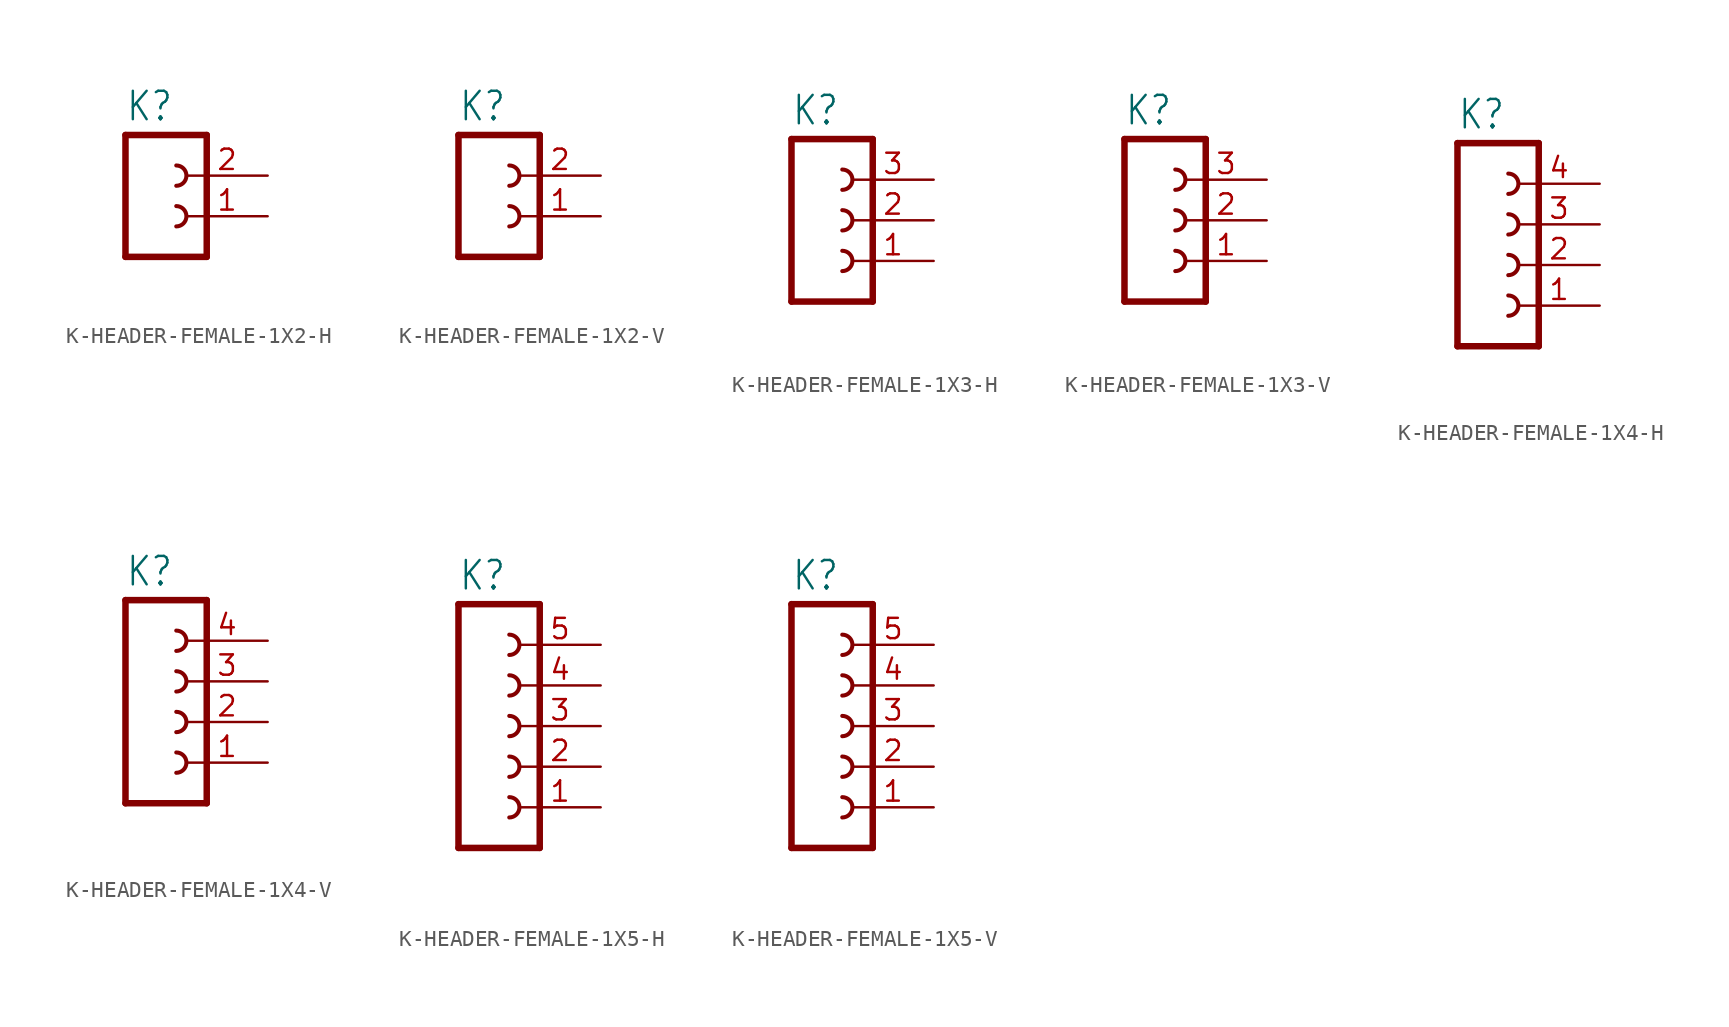
<source format=kicad_sym>
(kicad_symbol_lib
  (version 20231120)
  (generator "kicad_symbol_editor")
  (generator_version "8.0")
  (symbol "K-HEADER-FEMALE-1X2-H"
    (property "Reference" "K"
      (at -1.27 3.302 0)
      (effects (font (size 1.778 1.511)) (justify left bottom)))
    (property "Value" ""
      (at -1.27 -7.62 0)
      (effects (font (size 1.778 1.511)) (justify left bottom)))
    (property "ki_locked" ""
      (at 0 0 0)
      (effects (font (size 1.27 1.27))))
    (symbol "K-HEADER-FEMALE-1X2-H_1_0"
      (polyline (pts (xy -1.27 2.54) (xy -1.27 -5.08)) (stroke (width 0.406) (type solid)) (fill (type none)))
      (polyline (pts (xy -1.27 2.54) (xy 3.81 2.54)) (stroke (width 0.406) (type solid)) (fill (type none)))
      (polyline (pts (xy 3.81 -5.08) (xy -1.27 -5.08)) (stroke (width 0.406) (type solid)) (fill (type none)))
      (polyline (pts (xy 3.81 -5.08) (xy 3.81 2.54)) (stroke (width 0.406) (type solid)) (fill (type none)))
      (arc (start 1.905 -3.175) (mid 2.54 -2.54) (end 1.905 -1.905) (stroke (width 0.254) (type solid)) (fill (type none)))
      (arc (start 1.905 -0.635) (mid 2.54 0) (end 1.905 0.635) (stroke (width 0.254) (type solid)) (fill (type none)))
      (pin passive line (at 7.62 -2.54 180) (length 5.08) (name "1" (effects (font (size 0 0)))) (number "1" (effects (font (size 1.27 1.27)))))
      (pin passive line (at 7.62 0 180) (length 5.08) (name "2" (effects (font (size 0 0)))) (number "2" (effects (font (size 1.27 1.27)))))))
  (symbol "K-HEADER-FEMALE-1X2-V"
    (property "Reference" "K"
      (at -1.27 3.302 0)
      (effects (font (size 1.778 1.511)) (justify left bottom)))
    (property "Value" ""
      (at -1.27 -7.62 0)
      (effects (font (size 1.778 1.511)) (justify left bottom)))
    (property "ki_locked" ""
      (at 0 0 0)
      (effects (font (size 1.27 1.27))))
    (symbol "K-HEADER-FEMALE-1X2-V_1_0"
      (polyline (pts (xy -1.27 2.54) (xy -1.27 -5.08)) (stroke (width 0.406) (type solid)) (fill (type none)))
      (polyline (pts (xy -1.27 2.54) (xy 3.81 2.54)) (stroke (width 0.406) (type solid)) (fill (type none)))
      (polyline (pts (xy 3.81 -5.08) (xy -1.27 -5.08)) (stroke (width 0.406) (type solid)) (fill (type none)))
      (polyline (pts (xy 3.81 -5.08) (xy 3.81 2.54)) (stroke (width 0.406) (type solid)) (fill (type none)))
      (arc (start 1.905 -3.175) (mid 2.54 -2.54) (end 1.905 -1.905) (stroke (width 0.254) (type solid)) (fill (type none)))
      (arc (start 1.905 -0.635) (mid 2.54 0) (end 1.905 0.635) (stroke (width 0.254) (type solid)) (fill (type none)))
      (pin passive line (at 7.62 -2.54 180) (length 5.08) (name "1" (effects (font (size 0 0)))) (number "1" (effects (font (size 1.27 1.27)))))
      (pin passive line (at 7.62 0 180) (length 5.08) (name "2" (effects (font (size 0 0)))) (number "2" (effects (font (size 1.27 1.27)))))))
  (symbol "K-HEADER-FEMALE-1X3-H"
    (property "Reference" "K"
      (at -1.27 5.842 0)
      (effects (font (size 1.778 1.511)) (justify left bottom)))
    (property "Value" ""
      (at -1.27 -7.62 0)
      (effects (font (size 1.778 1.511)) (justify left bottom)))
    (property "ki_locked" ""
      (at 0 0 0)
      (effects (font (size 1.27 1.27))))
    (symbol "K-HEADER-FEMALE-1X3-H_1_0"
      (polyline (pts (xy -1.27 5.08) (xy -1.27 -5.08)) (stroke (width 0.406) (type solid)) (fill (type none)))
      (polyline (pts (xy -1.27 5.08) (xy 3.81 5.08)) (stroke (width 0.406) (type solid)) (fill (type none)))
      (polyline (pts (xy 3.81 -5.08) (xy -1.27 -5.08)) (stroke (width 0.406) (type solid)) (fill (type none)))
      (polyline (pts (xy 3.81 -5.08) (xy 3.81 5.08)) (stroke (width 0.406) (type solid)) (fill (type none)))
      (arc (start 1.905 -3.175) (mid 2.54 -2.54) (end 1.905 -1.905) (stroke (width 0.254) (type solid)) (fill (type none)))
      (arc (start 1.905 -0.635) (mid 2.54 0) (end 1.905 0.635) (stroke (width 0.254) (type solid)) (fill (type none)))
      (arc (start 1.905 1.905) (mid 2.54 2.54) (end 1.905 3.175) (stroke (width 0.254) (type solid)) (fill (type none)))
      (pin passive line (at 7.62 -2.54 180) (length 5.08) (name "1" (effects (font (size 0 0)))) (number "1" (effects (font (size 1.27 1.27)))))
      (pin passive line (at 7.62 0 180) (length 5.08) (name "2" (effects (font (size 0 0)))) (number "2" (effects (font (size 1.27 1.27)))))
      (pin passive line (at 7.62 2.54 180) (length 5.08) (name "3" (effects (font (size 0 0)))) (number "3" (effects (font (size 1.27 1.27)))))))
  (symbol "K-HEADER-FEMALE-1X3-V"
    (property "Reference" "K"
      (at -1.27 5.842 0)
      (effects (font (size 1.778 1.511)) (justify left bottom)))
    (property "Value" ""
      (at -1.27 -7.62 0)
      (effects (font (size 1.778 1.511)) (justify left bottom)))
    (property "ki_locked" ""
      (at 0 0 0)
      (effects (font (size 1.27 1.27))))
    (symbol "K-HEADER-FEMALE-1X3-V_1_0"
      (polyline (pts (xy -1.27 5.08) (xy -1.27 -5.08)) (stroke (width 0.406) (type solid)) (fill (type none)))
      (polyline (pts (xy -1.27 5.08) (xy 3.81 5.08)) (stroke (width 0.406) (type solid)) (fill (type none)))
      (polyline (pts (xy 3.81 -5.08) (xy -1.27 -5.08)) (stroke (width 0.406) (type solid)) (fill (type none)))
      (polyline (pts (xy 3.81 -5.08) (xy 3.81 5.08)) (stroke (width 0.406) (type solid)) (fill (type none)))
      (arc (start 1.905 -3.175) (mid 2.54 -2.54) (end 1.905 -1.905) (stroke (width 0.254) (type solid)) (fill (type none)))
      (arc (start 1.905 -0.635) (mid 2.54 0) (end 1.905 0.635) (stroke (width 0.254) (type solid)) (fill (type none)))
      (arc (start 1.905 1.905) (mid 2.54 2.54) (end 1.905 3.175) (stroke (width 0.254) (type solid)) (fill (type none)))
      (pin passive line (at 7.62 -2.54 180) (length 5.08) (name "1" (effects (font (size 0 0)))) (number "1" (effects (font (size 1.27 1.27)))))
      (pin passive line (at 7.62 0 180) (length 5.08) (name "2" (effects (font (size 0 0)))) (number "2" (effects (font (size 1.27 1.27)))))
      (pin passive line (at 7.62 2.54 180) (length 5.08) (name "3" (effects (font (size 0 0)))) (number "3" (effects (font (size 1.27 1.27)))))))
  (symbol "K-HEADER-FEMALE-1X4-H"
    (property "Reference" "K"
      (at -1.27 5.842 0)
      (effects (font (size 1.778 1.511)) (justify left bottom)))
    (property "Value" ""
      (at -1.27 -10.16 0)
      (effects (font (size 1.778 1.511)) (justify left bottom)))
    (property "ki_locked" ""
      (at 0 0 0)
      (effects (font (size 1.27 1.27))))
    (symbol "K-HEADER-FEMALE-1X4-H_1_0"
      (polyline (pts (xy -1.27 5.08) (xy -1.27 -7.62)) (stroke (width 0.406) (type solid)) (fill (type none)))
      (polyline (pts (xy -1.27 5.08) (xy 3.81 5.08)) (stroke (width 0.406) (type solid)) (fill (type none)))
      (polyline (pts (xy 3.81 -7.62) (xy -1.27 -7.62)) (stroke (width 0.406) (type solid)) (fill (type none)))
      (polyline (pts (xy 3.81 -7.62) (xy 3.81 5.08)) (stroke (width 0.406) (type solid)) (fill (type none)))
      (arc (start 1.905 -5.715) (mid 2.54 -5.08) (end 1.905 -4.445) (stroke (width 0.254) (type solid)) (fill (type none)))
      (arc (start 1.905 -3.175) (mid 2.54 -2.54) (end 1.905 -1.905) (stroke (width 0.254) (type solid)) (fill (type none)))
      (arc (start 1.905 -0.635) (mid 2.54 0) (end 1.905 0.635) (stroke (width 0.254) (type solid)) (fill (type none)))
      (arc (start 1.905 1.905) (mid 2.54 2.54) (end 1.905 3.175) (stroke (width 0.254) (type solid)) (fill (type none)))
      (pin passive line (at 7.62 -5.08 180) (length 5.08) (name "1" (effects (font (size 0 0)))) (number "1" (effects (font (size 1.27 1.27)))))
      (pin passive line (at 7.62 -2.54 180) (length 5.08) (name "2" (effects (font (size 0 0)))) (number "2" (effects (font (size 1.27 1.27)))))
      (pin passive line (at 7.62 0 180) (length 5.08) (name "3" (effects (font (size 0 0)))) (number "3" (effects (font (size 1.27 1.27)))))
      (pin passive line (at 7.62 2.54 180) (length 5.08) (name "4" (effects (font (size 0 0)))) (number "4" (effects (font (size 1.27 1.27)))))))
  (symbol "K-HEADER-FEMALE-1X4-V"
    (property "Reference" "K"
      (at -1.27 5.842 0)
      (effects (font (size 1.778 1.511)) (justify left bottom)))
    (property "Value" ""
      (at -1.27 -10.16 0)
      (effects (font (size 1.778 1.511)) (justify left bottom)))
    (property "ki_locked" ""
      (at 0 0 0)
      (effects (font (size 1.27 1.27))))
    (symbol "K-HEADER-FEMALE-1X4-V_1_0"
      (polyline (pts (xy -1.27 5.08) (xy -1.27 -7.62)) (stroke (width 0.406) (type solid)) (fill (type none)))
      (polyline (pts (xy -1.27 5.08) (xy 3.81 5.08)) (stroke (width 0.406) (type solid)) (fill (type none)))
      (polyline (pts (xy 3.81 -7.62) (xy -1.27 -7.62)) (stroke (width 0.406) (type solid)) (fill (type none)))
      (polyline (pts (xy 3.81 -7.62) (xy 3.81 5.08)) (stroke (width 0.406) (type solid)) (fill (type none)))
      (arc (start 1.905 -5.715) (mid 2.54 -5.08) (end 1.905 -4.445) (stroke (width 0.254) (type solid)) (fill (type none)))
      (arc (start 1.905 -3.175) (mid 2.54 -2.54) (end 1.905 -1.905) (stroke (width 0.254) (type solid)) (fill (type none)))
      (arc (start 1.905 -0.635) (mid 2.54 0) (end 1.905 0.635) (stroke (width 0.254) (type solid)) (fill (type none)))
      (arc (start 1.905 1.905) (mid 2.54 2.54) (end 1.905 3.175) (stroke (width 0.254) (type solid)) (fill (type none)))
      (pin passive line (at 7.62 -5.08 180) (length 5.08) (name "1" (effects (font (size 0 0)))) (number "1" (effects (font (size 1.27 1.27)))))
      (pin passive line (at 7.62 -2.54 180) (length 5.08) (name "2" (effects (font (size 0 0)))) (number "2" (effects (font (size 1.27 1.27)))))
      (pin passive line (at 7.62 0 180) (length 5.08) (name "3" (effects (font (size 0 0)))) (number "3" (effects (font (size 1.27 1.27)))))
      (pin passive line (at 7.62 2.54 180) (length 5.08) (name "4" (effects (font (size 0 0)))) (number "4" (effects (font (size 1.27 1.27)))))))
  (symbol "K-HEADER-FEMALE-1X5-H"
    (property "Reference" "K"
      (at -1.27 8.382 0)
      (effects (font (size 1.778 1.511)) (justify left bottom)))
    (property "Value" ""
      (at -1.27 -10.16 0)
      (effects (font (size 1.778 1.511)) (justify left bottom)))
    (property "ki_locked" ""
      (at 0 0 0)
      (effects (font (size 1.27 1.27))))
    (symbol "K-HEADER-FEMALE-1X5-H_1_0"
      (polyline (pts (xy -1.27 7.62) (xy -1.27 -7.62)) (stroke (width 0.406) (type solid)) (fill (type none)))
      (polyline (pts (xy -1.27 7.62) (xy 3.81 7.62)) (stroke (width 0.406) (type solid)) (fill (type none)))
      (polyline (pts (xy 3.81 -7.62) (xy -1.27 -7.62)) (stroke (width 0.406) (type solid)) (fill (type none)))
      (polyline (pts (xy 3.81 -7.62) (xy 3.81 7.62)) (stroke (width 0.406) (type solid)) (fill (type none)))
      (arc (start 1.905 -5.715) (mid 2.54 -5.08) (end 1.905 -4.445) (stroke (width 0.254) (type solid)) (fill (type none)))
      (arc (start 1.905 -3.175) (mid 2.54 -2.54) (end 1.905 -1.905) (stroke (width 0.254) (type solid)) (fill (type none)))
      (arc (start 1.905 -0.635) (mid 2.54 0) (end 1.905 0.635) (stroke (width 0.254) (type solid)) (fill (type none)))
      (arc (start 1.905 1.905) (mid 2.54 2.54) (end 1.905 3.175) (stroke (width 0.254) (type solid)) (fill (type none)))
      (arc (start 1.905 4.445) (mid 2.54 5.08) (end 1.905 5.715) (stroke (width 0.254) (type solid)) (fill (type none)))
      (pin passive line (at 7.62 -5.08 180) (length 5.08) (name "1" (effects (font (size 0 0)))) (number "1" (effects (font (size 1.27 1.27)))))
      (pin passive line (at 7.62 -2.54 180) (length 5.08) (name "2" (effects (font (size 0 0)))) (number "2" (effects (font (size 1.27 1.27)))))
      (pin passive line (at 7.62 0 180) (length 5.08) (name "3" (effects (font (size 0 0)))) (number "3" (effects (font (size 1.27 1.27)))))
      (pin passive line (at 7.62 2.54 180) (length 5.08) (name "4" (effects (font (size 0 0)))) (number "4" (effects (font (size 1.27 1.27)))))
      (pin passive line (at 7.62 5.08 180) (length 5.08) (name "5" (effects (font (size 0 0)))) (number "5" (effects (font (size 1.27 1.27)))))))
  (symbol "K-HEADER-FEMALE-1X5-V"
    (property "Reference" "K"
      (at -1.27 8.382 0)
      (effects (font (size 1.778 1.511)) (justify left bottom)))
    (property "Value" ""
      (at -1.27 -10.16 0)
      (effects (font (size 1.778 1.511)) (justify left bottom)))
    (property "ki_locked" ""
      (at 0 0 0)
      (effects (font (size 1.27 1.27))))
    (symbol "K-HEADER-FEMALE-1X5-V_1_0"
      (polyline (pts (xy -1.27 7.62) (xy -1.27 -7.62)) (stroke (width 0.406) (type solid)) (fill (type none)))
      (polyline (pts (xy -1.27 7.62) (xy 3.81 7.62)) (stroke (width 0.406) (type solid)) (fill (type none)))
      (polyline (pts (xy 3.81 -7.62) (xy -1.27 -7.62)) (stroke (width 0.406) (type solid)) (fill (type none)))
      (polyline (pts (xy 3.81 -7.62) (xy 3.81 7.62)) (stroke (width 0.406) (type solid)) (fill (type none)))
      (arc (start 1.905 -5.715) (mid 2.54 -5.08) (end 1.905 -4.445) (stroke (width 0.254) (type solid)) (fill (type none)))
      (arc (start 1.905 -3.175) (mid 2.54 -2.54) (end 1.905 -1.905) (stroke (width 0.254) (type solid)) (fill (type none)))
      (arc (start 1.905 -0.635) (mid 2.54 0) (end 1.905 0.635) (stroke (width 0.254) (type solid)) (fill (type none)))
      (arc (start 1.905 1.905) (mid 2.54 2.54) (end 1.905 3.175) (stroke (width 0.254) (type solid)) (fill (type none)))
      (arc (start 1.905 4.445) (mid 2.54 5.08) (end 1.905 5.715) (stroke (width 0.254) (type solid)) (fill (type none)))
      (pin passive line (at 7.62 -5.08 180) (length 5.08) (name "1" (effects (font (size 0 0)))) (number "1" (effects (font (size 1.27 1.27)))))
      (pin passive line (at 7.62 -2.54 180) (length 5.08) (name "2" (effects (font (size 0 0)))) (number "2" (effects (font (size 1.27 1.27)))))
      (pin passive line (at 7.62 0 180) (length 5.08) (name "3" (effects (font (size 0 0)))) (number "3" (effects (font (size 1.27 1.27)))))
      (pin passive line (at 7.62 2.54 180) (length 5.08) (name "4" (effects (font (size 0 0)))) (number "4" (effects (font (size 1.27 1.27)))))
      (pin passive line (at 7.62 5.08 180) (length 5.08) (name "5" (effects (font (size 0 0)))) (number "5" (effects (font (size 1.27 1.27))))))))
</source>
